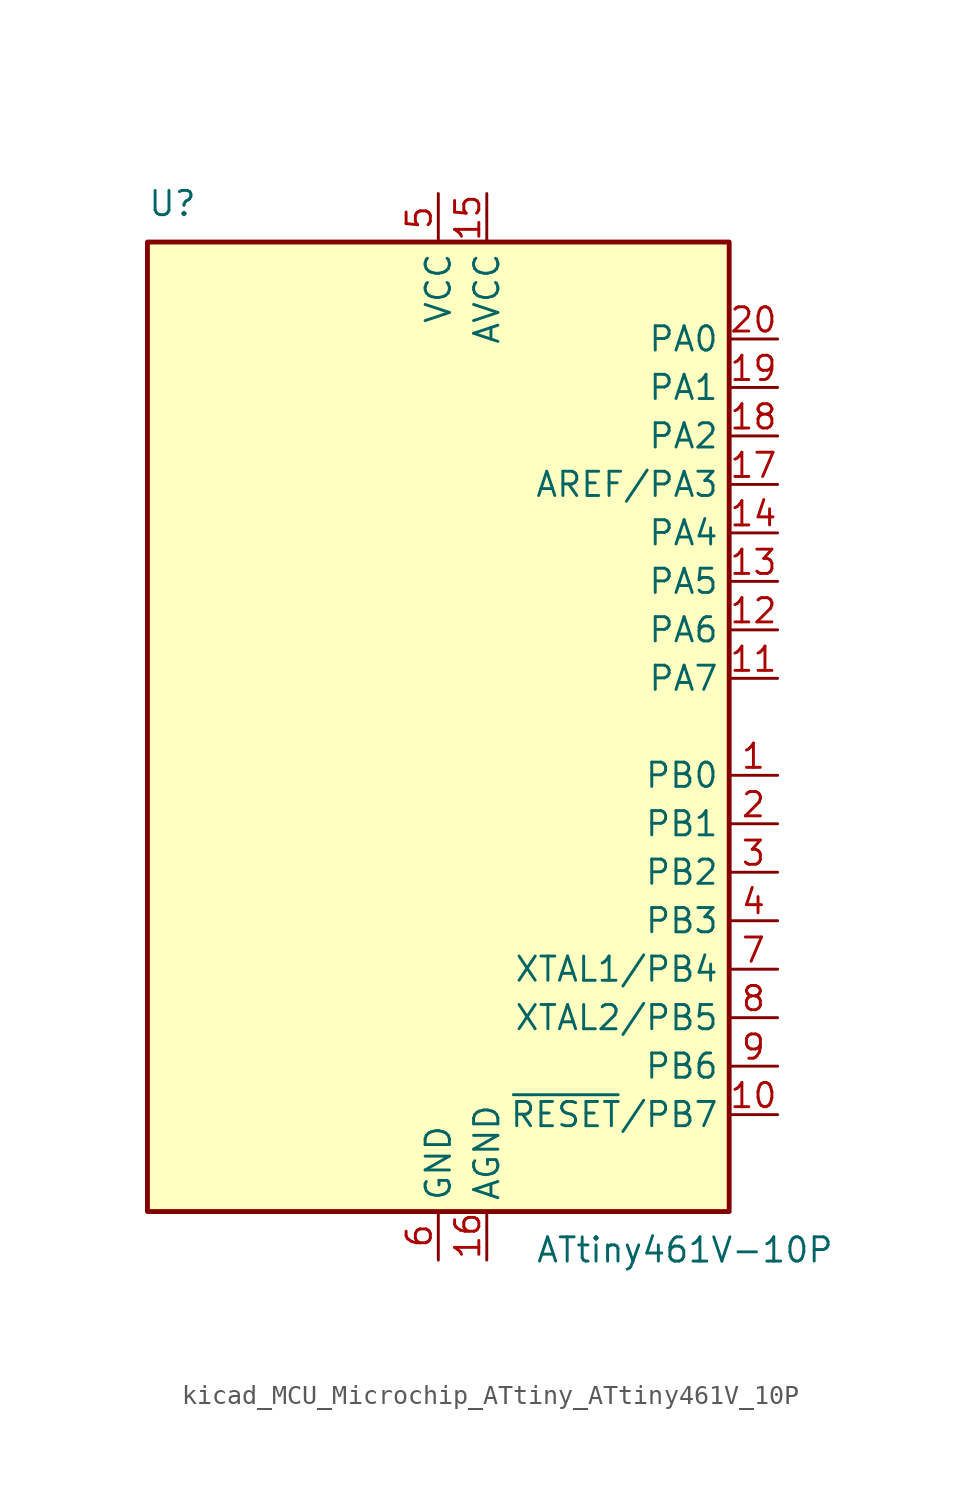
<source format=kicad_sym>
(kicad_symbol_lib
  (version 20220914)
  (generator kicad_symbol_editor)
  (symbol "kicad_MCU_Microchip_ATtiny_ATtiny461V_10P"
    (property "Reference" "U"
      (at -15.24 26.67 0)
      (effects (font (size 1.27 1.27)) (justify left bottom)))
    (property "Value" "ATtiny461V-10P"
      (at 5.08 -26.67 0)
      (effects (font (size 1.27 1.27)) (justify left top)))
    (symbol "kicad_MCU_Microchip_ATtiny_ATtiny461V_10P_0_1"
      (rectangle (start -15.24 -25.4) (end 15.24 25.4) (stroke (width 0.254) (type default)) (fill (type background))))
    (symbol "kicad_MCU_Microchip_ATtiny_ATtiny461V_10P_1_1"
      (pin bidirectional line (at 17.78 -2.54 180) (length 2.54) (name "PB0" (effects (font (size 1.27 1.27)))) (number "1" (effects (font (size 1.27 1.27)))))
      (pin bidirectional line (at 17.78 -20.32 180) (length 2.54) (name "~{RESET}/PB7" (effects (font (size 1.27 1.27)))) (number "10" (effects (font (size 1.27 1.27)))))
      (pin bidirectional line (at 17.78 2.54 180) (length 2.54) (name "PA7" (effects (font (size 1.27 1.27)))) (number "11" (effects (font (size 1.27 1.27)))))
      (pin bidirectional line (at 17.78 5.08 180) (length 2.54) (name "PA6" (effects (font (size 1.27 1.27)))) (number "12" (effects (font (size 1.27 1.27)))))
      (pin bidirectional line (at 17.78 7.62 180) (length 2.54) (name "PA5" (effects (font (size 1.27 1.27)))) (number "13" (effects (font (size 1.27 1.27)))))
      (pin bidirectional line (at 17.78 10.16 180) (length 2.54) (name "PA4" (effects (font (size 1.27 1.27)))) (number "14" (effects (font (size 1.27 1.27)))))
      (pin power_in line (at 2.54 27.94 270) (length 2.54) (name "AVCC" (effects (font (size 1.27 1.27)))) (number "15" (effects (font (size 1.27 1.27)))))
      (pin power_in line (at 2.54 -27.94 90) (length 2.54) (name "AGND" (effects (font (size 1.27 1.27)))) (number "16" (effects (font (size 1.27 1.27)))))
      (pin bidirectional line (at 17.78 12.7 180) (length 2.54) (name "AREF/PA3" (effects (font (size 1.27 1.27)))) (number "17" (effects (font (size 1.27 1.27)))))
      (pin bidirectional line (at 17.78 15.24 180) (length 2.54) (name "PA2" (effects (font (size 1.27 1.27)))) (number "18" (effects (font (size 1.27 1.27)))))
      (pin bidirectional line (at 17.78 17.78 180) (length 2.54) (name "PA1" (effects (font (size 1.27 1.27)))) (number "19" (effects (font (size 1.27 1.27)))))
      (pin bidirectional line (at 17.78 -5.08 180) (length 2.54) (name "PB1" (effects (font (size 1.27 1.27)))) (number "2" (effects (font (size 1.27 1.27)))))
      (pin bidirectional line (at 17.78 20.32 180) (length 2.54) (name "PA0" (effects (font (size 1.27 1.27)))) (number "20" (effects (font (size 1.27 1.27)))))
      (pin bidirectional line (at 17.78 -7.62 180) (length 2.54) (name "PB2" (effects (font (size 1.27 1.27)))) (number "3" (effects (font (size 1.27 1.27)))))
      (pin bidirectional line (at 17.78 -10.16 180) (length 2.54) (name "PB3" (effects (font (size 1.27 1.27)))) (number "4" (effects (font (size 1.27 1.27)))))
      (pin power_in line (at 0 27.94 270) (length 2.54) (name "VCC" (effects (font (size 1.27 1.27)))) (number "5" (effects (font (size 1.27 1.27)))))
      (pin power_in line (at 0 -27.94 90) (length 2.54) (name "GND" (effects (font (size 1.27 1.27)))) (number "6" (effects (font (size 1.27 1.27)))))
      (pin bidirectional line (at 17.78 -12.7 180) (length 2.54) (name "XTAL1/PB4" (effects (font (size 1.27 1.27)))) (number "7" (effects (font (size 1.27 1.27)))))
      (pin bidirectional line (at 17.78 -15.24 180) (length 2.54) (name "XTAL2/PB5" (effects (font (size 1.27 1.27)))) (number "8" (effects (font (size 1.27 1.27)))))
      (pin bidirectional line (at 17.78 -17.78 180) (length 2.54) (name "PB6" (effects (font (size 1.27 1.27)))) (number "9" (effects (font (size 1.27 1.27))))))))
</source>
